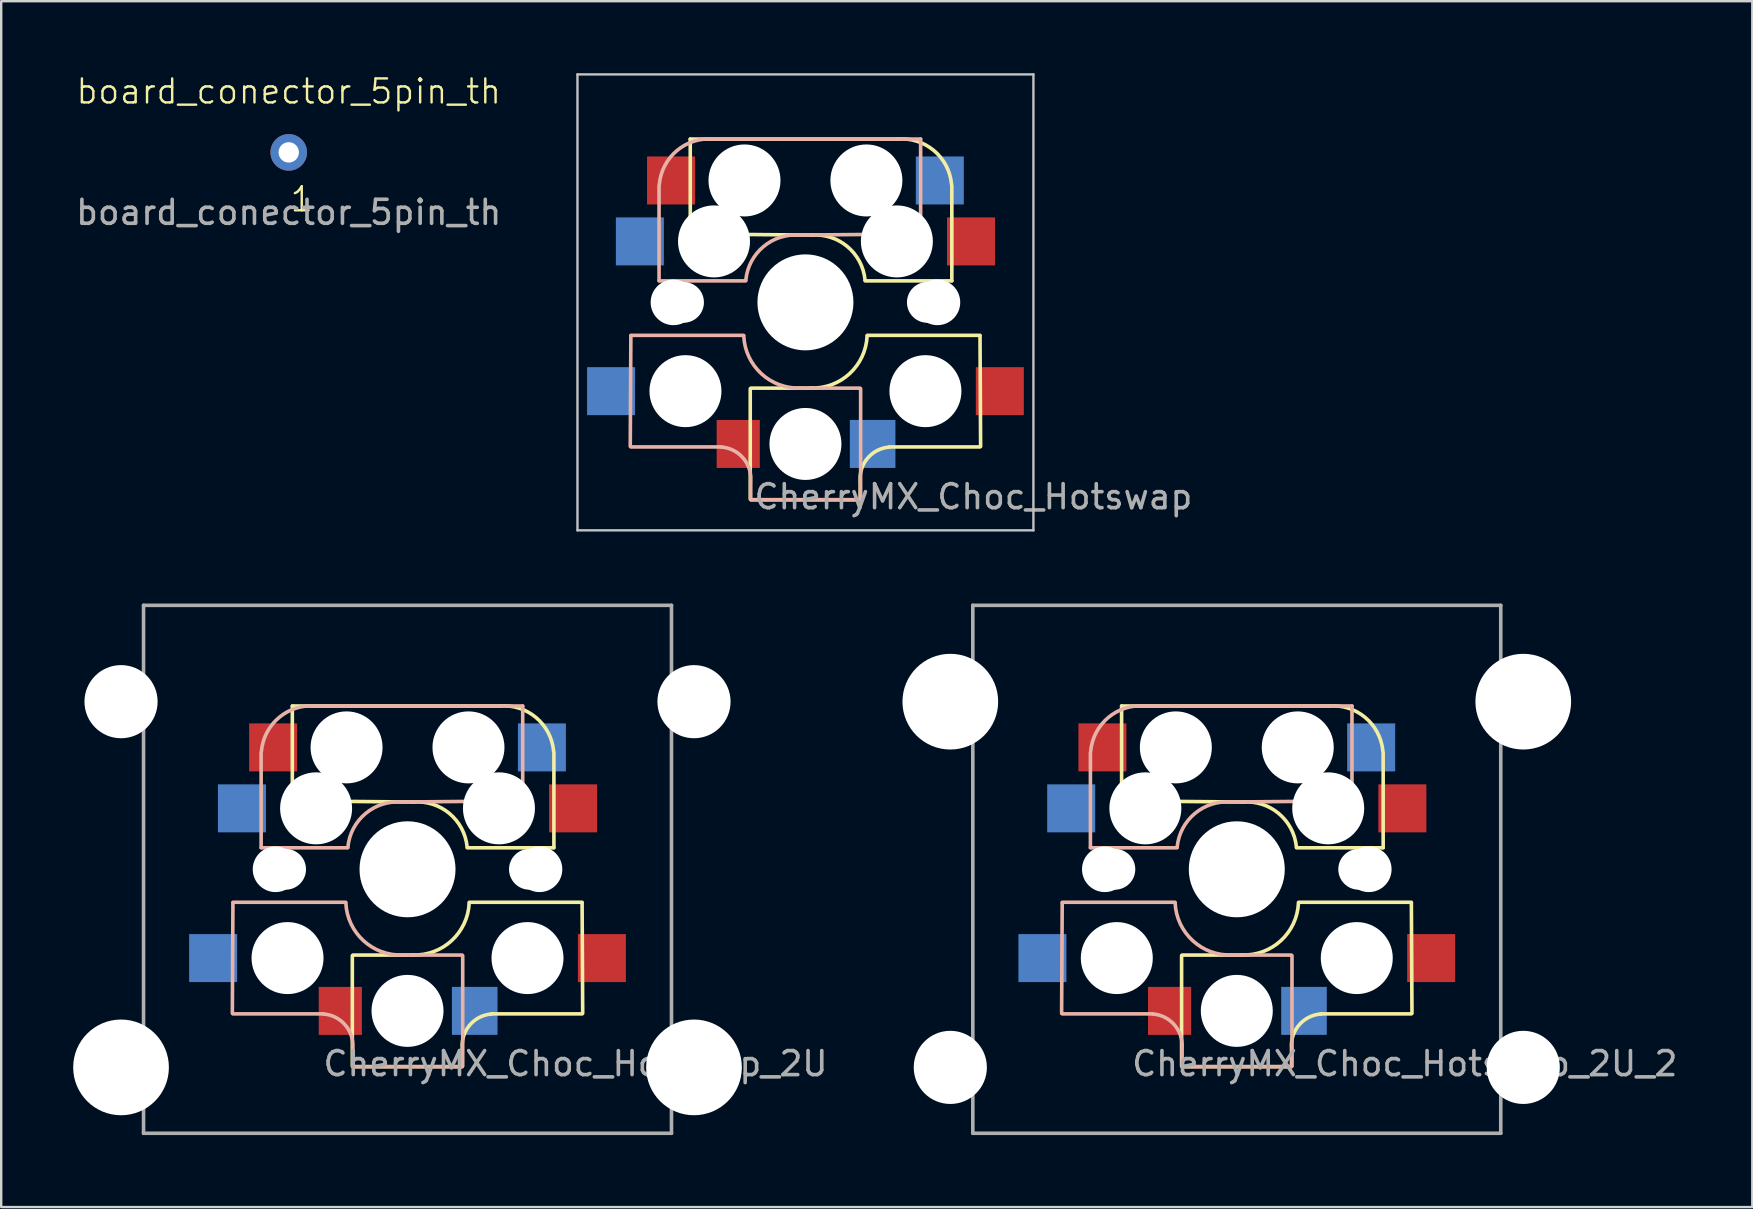
<source format=kicad_pcb>
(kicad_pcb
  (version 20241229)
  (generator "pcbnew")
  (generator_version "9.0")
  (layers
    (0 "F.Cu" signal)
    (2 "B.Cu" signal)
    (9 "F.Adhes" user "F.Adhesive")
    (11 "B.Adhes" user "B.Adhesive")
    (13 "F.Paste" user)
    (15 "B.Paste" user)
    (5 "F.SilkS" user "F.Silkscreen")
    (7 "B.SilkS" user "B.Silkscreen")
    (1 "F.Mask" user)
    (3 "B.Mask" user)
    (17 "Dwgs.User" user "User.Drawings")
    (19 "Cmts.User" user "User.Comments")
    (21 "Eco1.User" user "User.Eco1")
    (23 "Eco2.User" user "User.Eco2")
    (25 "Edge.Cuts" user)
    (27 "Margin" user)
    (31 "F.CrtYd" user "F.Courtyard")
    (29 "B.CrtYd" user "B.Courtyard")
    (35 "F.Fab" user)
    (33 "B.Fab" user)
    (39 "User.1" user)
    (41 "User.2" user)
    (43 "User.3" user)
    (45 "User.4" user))
  (footprint "CherryMX_Choc_Hotswap"
    (layer "F.Cu")
    (at 30.514 9.55)
    (property "Reference" "CherryMX_Choc_Hotswap" (at 7 8.1 0) (layer "F.Fab") (effects (font (size 1 1) (thickness 0.15))))
    (attr through_hole)
    (fp_line (start -4.8 -6.804) (end 3.825 -6.804) (stroke (width 0.15) (type solid)) (layer "F.SilkS"))
    (fp_line (start -4.8 -2.896) (end -4.8 -6.804) (stroke (width 0.15) (type solid)) (layer "F.SilkS"))
    (fp_line (start -4.8 -2.85) (end 0.25 -2.804) (stroke (width 0.15) (type solid)) (layer "F.SilkS"))
    (fp_line (start -2.3 3.6) (end -2.3 8.2) (stroke (width 0.15) (type solid)) (layer "F.SilkS"))
    (fp_line (start -2.275 3.575) (end 0.275 3.575) (stroke (width 0.15) (type solid)) (layer "F.SilkS"))
    (fp_line (start -2.275 8.225) (end 2.275 8.225) (stroke (width 0.15) (type solid)) (layer "F.SilkS"))
    (fp_line (start 2.28 7.5) (end 2.28 8.2) (stroke (width 0.15) (type solid)) (layer "F.SilkS"))
    (fp_line (start 2.575 1.375) (end 7.275 1.375) (stroke (width 0.15) (type solid)) (layer "F.SilkS"))
    (fp_line (start 3.5 6.025) (end 7.275 6.025) (stroke (width 0.15) (type solid)) (layer "F.SilkS"))
    (fp_line (start 6.1 -4.85) (end 6.1 -0.905) (stroke (width 0.15) (type solid)) (layer "F.SilkS"))
    (fp_line (start 6.1 -0.896) (end 2.49 -0.896) (stroke (width 0.15) (type solid)) (layer "F.SilkS"))
    (fp_line (start 7.275 1.4) (end 7.3 6) (stroke (width 0.15) (type solid)) (layer "F.SilkS"))
    (fp_arc (start 0.225 -2.8) (mid 1.744361 -2.328061) (end 2.485 -0.92) (stroke (width 0.15) (type solid)) (layer "F.SilkS"))
    (fp_arc (start 2.28 7.45) (mid 2.595908 6.48733) (end 3.5 6.03) (stroke (width 0.15) (type solid)) (layer "F.SilkS"))
    (fp_arc (start 2.57 1.4) (mid 1.834422 2.975843) (end 0.2 3.57) (stroke (width 0.15) (type solid)) (layer "F.SilkS"))
    (fp_arc (start 3.825 -6.804) (mid 5.347189 -6.33089) (end 6.089 -4.92) (stroke (width 0.15) (type solid)) (layer "F.SilkS"))
    (fp_line (start -7.275 1.4) (end -7.3 6) (stroke (width 0.15) (type solid)) (layer "B.SilkS"))
    (fp_line (start -6.1 -4.85) (end -6.1 -0.905) (stroke (width 0.15) (type solid)) (layer "B.SilkS"))
    (fp_line (start -6.1 -0.896) (end -2.49 -0.896) (stroke (width 0.15) (type solid)) (layer "B.SilkS"))
    (fp_line (start -3.5 6.025) (end -7.275 6.025) (stroke (width 0.15) (type solid)) (layer "B.SilkS"))
    (fp_line (start -2.575 1.375) (end -7.275 1.375) (stroke (width 0.15) (type solid)) (layer "B.SilkS"))
    (fp_line (start -2.28 7.5) (end -2.28 8.2) (stroke (width 0.15) (type solid)) (layer "B.SilkS"))
    (fp_line (start 2.275 3.575) (end -0.275 3.575) (stroke (width 0.15) (type solid)) (layer "B.SilkS"))
    (fp_line (start 2.275 8.225) (end -2.275 8.225) (stroke (width 0.15) (type solid)) (layer "B.SilkS"))
    (fp_line (start 2.3 3.6) (end 2.3 8.2) (stroke (width 0.15) (type solid)) (layer "B.SilkS"))
    (fp_line (start 4.8 -6.804) (end -3.825 -6.804) (stroke (width 0.15) (type solid)) (layer "B.SilkS"))
    (fp_line (start 4.8 -2.896) (end 4.8 -6.804) (stroke (width 0.15) (type solid)) (layer "B.SilkS"))
    (fp_line (start 4.8 -2.85) (end -0.25 -2.804) (stroke (width 0.15) (type solid)) (layer "B.SilkS"))
    (fp_arc (start -6.089 -4.92) (mid -5.347189 -6.33089) (end -3.825 -6.804) (stroke (width 0.15) (type solid)) (layer "B.SilkS"))
    (fp_arc (start -3.5 6.03) (mid -2.595908 6.48733) (end -2.28 7.45) (stroke (width 0.15) (type solid)) (layer "B.SilkS"))
    (fp_arc (start -2.485 -0.92) (mid -1.744361 -2.328061) (end -0.225 -2.8) (stroke (width 0.15) (type solid)) (layer "B.SilkS"))
    (fp_arc (start -0.2 3.57) (mid -1.834422 2.975843) (end -2.57 1.4) (stroke (width 0.15) (type solid)) (layer "B.SilkS"))
    (fp_line (start -9.5 -9.5) (end -9.5 9.5) (stroke (width 0.1) (type solid)) (layer "Dwgs.User"))
    (fp_line (start 9.5 -9.5) (end -9.5 -9.5) (stroke (width 0.1) (type solid)) (layer "Dwgs.User"))
    (fp_line (start 9.5 -9.5) (end 9.5 9.5) (stroke (width 0.1) (type solid)) (layer "Dwgs.User"))
    (fp_line (start 9.5 9.5) (end -9.5 9.5) (stroke (width 0.1) (type solid)) (layer "Dwgs.User"))
    (pad "" np_thru_hole circle (at -5.5 0 90) (size 1.9 1.9) (drill 1.9) (layers "*.Cu" "*.Mask"))
    (pad "" np_thru_hole circle (at -5.08 0) (size 1.7 1.7) (drill 1.7) (layers "*.Cu" "*.Mask"))
    (pad "" np_thru_hole circle (at -5 3.7 90) (size 3 3) (drill 3) (layers "*.Cu" "*.Mask"))
    (pad "" np_thru_hole circle (at -3.81 -2.54 180) (size 3 3) (drill 3) (layers "*.Cu" "*.Mask"))
    (pad "" np_thru_hole circle (at -2.54 -5.08 180) (size 3 3) (drill 3) (layers "*.Cu" "*.Mask"))
    (pad "" np_thru_hole circle (at 0 0 90) (size 4 4) (drill 4) (layers "*.Cu" "*.Mask"))
    (pad "" np_thru_hole circle (at 0 5.9 90) (size 3 3) (drill 3) (layers "*.Cu" "*.Mask"))
    (pad "" np_thru_hole circle (at 2.54 -5.08 180) (size 3 3) (drill 3) (layers "*.Cu" "*.Mask"))
    (pad "" np_thru_hole circle (at 3.81 -2.54 180) (size 3 3) (drill 3) (layers "*.Cu" "*.Mask"))
    (pad "" np_thru_hole circle (at 5 3.7 270) (size 3 3) (drill 3) (layers "*.Cu" "*.Mask"))
    (pad "" np_thru_hole circle (at 5.08 0) (size 1.7 1.7) (drill 1.7) (layers "*.Cu" "*.Mask"))
    (pad "" np_thru_hole circle (at 5.5 0 90) (size 1.9 1.9) (drill 1.9) (layers "*.Cu" "*.Mask"))
    (pad "1" smd rect (at -8.1 3.7 180) (size 2 2) (layers "B.Cu" "B.Mask" "B.Paste"))
    (pad "1" smd rect (at -6.9 -2.54 180) (size 2 2) (layers "B.Cu" "B.Mask" "B.Paste"))
    (pad "1" smd rect (at -5.6 -5.08 180) (size 2 2) (layers "F.Cu" "F.Mask" "F.Paste"))
    (pad "1" smd rect (at 8.1 3.7 180) (size 2 2) (layers "F.Cu" "F.Mask" "F.Paste"))
    (pad "2" smd rect (at -2.8 5.9 180) (size 1.8 2) (layers "F.Cu" "F.Mask" "F.Paste"))
    (pad "2" smd rect (at 2.8 5.9 180) (size 1.9 2) (layers "B.Cu" "B.Mask" "B.Paste"))
    (pad "2" smd rect (at 5.6 -5.08 180) (size 2 2) (layers "B.Cu" "B.Mask" "B.Paste"))
    (pad "2" smd rect (at 6.9 -2.54 180) (size 2 2) (layers "F.Cu" "F.Mask" "F.Paste")))
  (footprint "CherryMX_Choc_Hotswap_2U"
    (layer "F.Cu")
    (at 13.932 33.175)
    (property "Reference" "CherryMX_Choc_Hotswap_2U" (at 7 8.1 0) (layer "F.Fab") (effects (font (size 1 1) (thickness 0.15))))
    (attr through_hole)
    (fp_line (start -4.8 -6.804) (end 3.825 -6.804) (stroke (width 0.15) (type solid)) (layer "F.SilkS"))
    (fp_line (start -4.8 -2.896) (end -4.8 -6.804) (stroke (width 0.15) (type solid)) (layer "F.SilkS"))
    (fp_line (start -4.8 -2.85) (end 0.25 -2.804) (stroke (width 0.15) (type solid)) (layer "F.SilkS"))
    (fp_line (start -2.3 3.6) (end -2.3 8.2) (stroke (width 0.15) (type solid)) (layer "F.SilkS"))
    (fp_line (start -2.275 3.575) (end 0.275 3.575) (stroke (width 0.15) (type solid)) (layer "F.SilkS"))
    (fp_line (start -2.275 8.225) (end 2.275 8.225) (stroke (width 0.15) (type solid)) (layer "F.SilkS"))
    (fp_line (start 2.28 7.5) (end 2.28 8.2) (stroke (width 0.15) (type solid)) (layer "F.SilkS"))
    (fp_line (start 2.575 1.375) (end 7.275 1.375) (stroke (width 0.15) (type solid)) (layer "F.SilkS"))
    (fp_line (start 3.5 6.025) (end 7.275 6.025) (stroke (width 0.15) (type solid)) (layer "F.SilkS"))
    (fp_line (start 6.1 -4.85) (end 6.1 -0.905) (stroke (width 0.15) (type solid)) (layer "F.SilkS"))
    (fp_line (start 6.1 -0.896) (end 2.49 -0.896) (stroke (width 0.15) (type solid)) (layer "F.SilkS"))
    (fp_line (start 7.275 1.4) (end 7.3 6) (stroke (width 0.15) (type solid)) (layer "F.SilkS"))
    (fp_arc (start 0.225 -2.8) (mid 1.744361 -2.328061) (end 2.485 -0.92) (stroke (width 0.15) (type solid)) (layer "F.SilkS"))
    (fp_arc (start 2.28 7.45) (mid 2.595908 6.48733) (end 3.5 6.03) (stroke (width 0.15) (type solid)) (layer "F.SilkS"))
    (fp_arc (start 2.57 1.4) (mid 1.834422 2.975843) (end 0.2 3.57) (stroke (width 0.15) (type solid)) (layer "F.SilkS"))
    (fp_arc (start 3.825 -6.804) (mid 5.347189 -6.33089) (end 6.089 -4.92) (stroke (width 0.15) (type solid)) (layer "F.SilkS"))
    (fp_line (start -7.275 1.4) (end -7.3 6) (stroke (width 0.15) (type solid)) (layer "B.SilkS"))
    (fp_line (start -6.1 -4.85) (end -6.1 -0.905) (stroke (width 0.15) (type solid)) (layer "B.SilkS"))
    (fp_line (start -6.1 -0.896) (end -2.49 -0.896) (stroke (width 0.15) (type solid)) (layer "B.SilkS"))
    (fp_line (start -3.5 6.025) (end -7.275 6.025) (stroke (width 0.15) (type solid)) (layer "B.SilkS"))
    (fp_line (start -2.575 1.375) (end -7.275 1.375) (stroke (width 0.15) (type solid)) (layer "B.SilkS"))
    (fp_line (start -2.28 7.5) (end -2.28 8.2) (stroke (width 0.15) (type solid)) (layer "B.SilkS"))
    (fp_line (start 2.275 3.575) (end -0.275 3.575) (stroke (width 0.15) (type solid)) (layer "B.SilkS"))
    (fp_line (start 2.275 8.225) (end -2.275 8.225) (stroke (width 0.15) (type solid)) (layer "B.SilkS"))
    (fp_line (start 2.3 3.6) (end 2.3 8.2) (stroke (width 0.15) (type solid)) (layer "B.SilkS"))
    (fp_line (start 4.8 -6.804) (end -3.825 -6.804) (stroke (width 0.15) (type solid)) (layer "B.SilkS"))
    (fp_line (start 4.8 -2.896) (end 4.8 -6.804) (stroke (width 0.15) (type solid)) (layer "B.SilkS"))
    (fp_line (start 4.8 -2.85) (end -0.25 -2.804) (stroke (width 0.15) (type solid)) (layer "B.SilkS"))
    (fp_arc (start -6.089 -4.92) (mid -5.347189 -6.33089) (end -3.825 -6.804) (stroke (width 0.15) (type solid)) (layer "B.SilkS"))
    (fp_arc (start -3.5 6.03) (mid -2.595908 6.48733) (end -2.28 7.45) (stroke (width 0.15) (type solid)) (layer "B.SilkS"))
    (fp_arc (start -2.485 -0.92) (mid -1.744361 -2.328061) (end -0.225 -2.8) (stroke (width 0.15) (type solid)) (layer "B.SilkS"))
    (fp_arc (start -0.2 3.57) (mid -1.834422 2.975843) (end -2.57 1.4) (stroke (width 0.15) (type solid)) (layer "B.SilkS"))
    (fp_line (start -9 -9) (end 9 -9) (stroke (width 0.15) (type solid)) (layer "Eco2.User"))
    (fp_line (start -9 9) (end -9 -9) (stroke (width 0.15) (type solid)) (layer "Eco2.User"))
    (fp_line (start -7 -7) (end 7 -7) (stroke (width 0.15) (type solid)) (layer "Eco2.User"))
    (fp_line (start -7 7) (end -7 -7) (stroke (width 0.15) (type solid)) (layer "Eco2.User"))
    (fp_line (start 7 -7) (end 7 7) (stroke (width 0.15) (type solid)) (layer "Eco2.User"))
    (fp_line (start 7 7) (end -7 7) (stroke (width 0.15) (type solid)) (layer "Eco2.User"))
    (fp_line (start 9 -9) (end 9 9) (stroke (width 0.15) (type solid)) (layer "Eco2.User"))
    (fp_line (start 9 9) (end -9 9) (stroke (width 0.15) (type solid)) (layer "Eco2.User"))
    (fp_line (start -11 -11) (end -11 11) (stroke (width 0.15) (type solid)) (layer "F.Fab"))
    (fp_line (start -11 11) (end 11 11) (stroke (width 0.15) (type solid)) (layer "F.Fab"))
    (fp_line (start 11 -11) (end -11 -11) (stroke (width 0.15) (type solid)) (layer "F.Fab"))
    (fp_line (start 11 11) (end 11 -11) (stroke (width 0.15) (type solid)) (layer "F.Fab"))
    (pad "" np_thru_hole circle (at -11.938 -6.985) (size 3.048 3.048) (drill 3.048) (layers "*.Cu"))
    (pad "" np_thru_hole circle (at -11.938 8.255) (size 3.988 3.988) (drill 3.988) (layers "*.Cu"))
    (pad "" np_thru_hole circle (at -5.5 0 90) (size 1.9 1.9) (drill 1.9) (layers "*.Cu" "*.Mask"))
    (pad "" np_thru_hole circle (at -5.08 0) (size 1.7 1.7) (drill 1.7) (layers "*.Cu" "*.Mask"))
    (pad "" np_thru_hole circle (at -5 3.7 90) (size 3 3) (drill 3) (layers "*.Cu" "*.Mask"))
    (pad "" np_thru_hole circle (at -3.81 -2.54 180) (size 3 3) (drill 3) (layers "*.Cu" "*.Mask"))
    (pad "" np_thru_hole circle (at -2.54 -5.08 180) (size 3 3) (drill 3) (layers "*.Cu" "*.Mask"))
    (pad "" np_thru_hole circle (at 0 0 90) (size 4 4) (drill 4) (layers "*.Cu" "*.Mask"))
    (pad "" np_thru_hole circle (at 0 5.9 90) (size 3 3) (drill 3) (layers "*.Cu" "*.Mask"))
    (pad "" np_thru_hole circle (at 2.54 -5.08 180) (size 3 3) (drill 3) (layers "*.Cu" "*.Mask"))
    (pad "" np_thru_hole circle (at 3.81 -2.54 180) (size 3 3) (drill 3) (layers "*.Cu" "*.Mask"))
    (pad "" np_thru_hole circle (at 5 3.7 270) (size 3 3) (drill 3) (layers "*.Cu" "*.Mask"))
    (pad "" np_thru_hole circle (at 5.08 0) (size 1.7 1.7) (drill 1.7) (layers "*.Cu" "*.Mask"))
    (pad "" np_thru_hole circle (at 5.5 0 90) (size 1.9 1.9) (drill 1.9) (layers "*.Cu" "*.Mask"))
    (pad "" np_thru_hole circle (at 11.938 -6.985) (size 3.048 3.048) (drill 3.048) (layers "*.Cu"))
    (pad "" np_thru_hole circle (at 11.938 8.255) (size 3.988 3.988) (drill 3.988) (layers "*.Cu"))
    (pad "1" smd rect (at -8.1 3.7 180) (size 2 2) (layers "B.Cu" "B.Mask" "B.Paste"))
    (pad "1" smd rect (at -6.9 -2.54 180) (size 2 2) (layers "B.Cu" "B.Mask" "B.Paste"))
    (pad "1" smd rect (at -5.6 -5.08 180) (size 2 2) (layers "F.Cu" "F.Mask" "F.Paste"))
    (pad "1" smd rect (at 8.1 3.7 180) (size 2 2) (layers "F.Cu" "F.Mask" "F.Paste"))
    (pad "2" smd rect (at -2.8 5.9 180) (size 1.8 2) (layers "F.Cu" "F.Mask" "F.Paste"))
    (pad "2" smd rect (at 2.8 5.9 180) (size 1.9 2) (layers "B.Cu" "B.Mask" "B.Paste"))
    (pad "2" smd rect (at 5.6 -5.08 180) (size 2 2) (layers "B.Cu" "B.Mask" "B.Paste"))
    (pad "2" smd rect (at 6.9 -2.54 180) (size 2 2) (layers "F.Cu" "F.Mask" "F.Paste")))
  (footprint "board_conector_5pin_th"
    (layer "F.Cu")
    (at 8.982 3.3)
    (property "Reference" "board_conector_5pin_th" (at 0 -2.54 0) (unlocked yes) (layer "F.SilkS") (effects (font (size 1 1) (thickness 0.1))))
    (attr smd)
    (fp_text user "1" (at 0 2.54 0) (unlocked yes) (layer "F.SilkS") (effects (font (size 1 1) (thickness 0.1)) (justify left bottom)))
    (fp_text user "${REFERENCE}" (at 0 2.5 0) (unlocked yes) (layer "F.Fab") (effects (font (size 1 1) (thickness 0.15))))
    (pad "1" thru_hole circle (at 0 0) (size 1.524 1.524) (drill 0.85) (layers "*.Cu" "*.Mask")))
  (footprint "CherryMX_Choc_Hotswap_2U_2"
    (layer "F.Cu")
    (at 48.489 33.175)
    (property "Reference" "CherryMX_Choc_Hotswap_2U_2" (at 7 8.1 0) (layer "F.Fab") (effects (font (size 1 1) (thickness 0.15))))
    (attr through_hole)
    (fp_line (start -4.8 -6.804) (end 3.825 -6.804) (stroke (width 0.15) (type solid)) (layer "F.SilkS"))
    (fp_line (start -4.8 -2.896) (end -4.8 -6.804) (stroke (width 0.15) (type solid)) (layer "F.SilkS"))
    (fp_line (start -4.8 -2.85) (end 0.25 -2.804) (stroke (width 0.15) (type solid)) (layer "F.SilkS"))
    (fp_line (start -2.3 3.6) (end -2.3 8.2) (stroke (width 0.15) (type solid)) (layer "F.SilkS"))
    (fp_line (start -2.275 3.575) (end 0.275 3.575) (stroke (width 0.15) (type solid)) (layer "F.SilkS"))
    (fp_line (start -2.275 8.225) (end 2.275 8.225) (stroke (width 0.15) (type solid)) (layer "F.SilkS"))
    (fp_line (start 2.28 7.5) (end 2.28 8.2) (stroke (width 0.15) (type solid)) (layer "F.SilkS"))
    (fp_line (start 2.575 1.375) (end 7.275 1.375) (stroke (width 0.15) (type solid)) (layer "F.SilkS"))
    (fp_line (start 3.5 6.025) (end 7.275 6.025) (stroke (width 0.15) (type solid)) (layer "F.SilkS"))
    (fp_line (start 6.1 -4.85) (end 6.1 -0.905) (stroke (width 0.15) (type solid)) (layer "F.SilkS"))
    (fp_line (start 6.1 -0.896) (end 2.49 -0.896) (stroke (width 0.15) (type solid)) (layer "F.SilkS"))
    (fp_line (start 7.275 1.4) (end 7.3 6) (stroke (width 0.15) (type solid)) (layer "F.SilkS"))
    (fp_arc (start 0.225 -2.8) (mid 1.744361 -2.328061) (end 2.485 -0.92) (stroke (width 0.15) (type solid)) (layer "F.SilkS"))
    (fp_arc (start 2.28 7.45) (mid 2.595908 6.48733) (end 3.5 6.03) (stroke (width 0.15) (type solid)) (layer "F.SilkS"))
    (fp_arc (start 2.57 1.4) (mid 1.834422 2.975843) (end 0.2 3.57) (stroke (width 0.15) (type solid)) (layer "F.SilkS"))
    (fp_arc (start 3.825 -6.804) (mid 5.347189 -6.33089) (end 6.089 -4.92) (stroke (width 0.15) (type solid)) (layer "F.SilkS"))
    (fp_line (start -7.275 1.4) (end -7.3 6) (stroke (width 0.15) (type solid)) (layer "B.SilkS"))
    (fp_line (start -6.1 -4.85) (end -6.1 -0.905) (stroke (width 0.15) (type solid)) (layer "B.SilkS"))
    (fp_line (start -6.1 -0.896) (end -2.49 -0.896) (stroke (width 0.15) (type solid)) (layer "B.SilkS"))
    (fp_line (start -3.5 6.025) (end -7.275 6.025) (stroke (width 0.15) (type solid)) (layer "B.SilkS"))
    (fp_line (start -2.575 1.375) (end -7.275 1.375) (stroke (width 0.15) (type solid)) (layer "B.SilkS"))
    (fp_line (start -2.28 7.5) (end -2.28 8.2) (stroke (width 0.15) (type solid)) (layer "B.SilkS"))
    (fp_line (start 2.275 3.575) (end -0.275 3.575) (stroke (width 0.15) (type solid)) (layer "B.SilkS"))
    (fp_line (start 2.275 8.225) (end -2.275 8.225) (stroke (width 0.15) (type solid)) (layer "B.SilkS"))
    (fp_line (start 2.3 3.6) (end 2.3 8.2) (stroke (width 0.15) (type solid)) (layer "B.SilkS"))
    (fp_line (start 4.8 -6.804) (end -3.825 -6.804) (stroke (width 0.15) (type solid)) (layer "B.SilkS"))
    (fp_line (start 4.8 -2.896) (end 4.8 -6.804) (stroke (width 0.15) (type solid)) (layer "B.SilkS"))
    (fp_line (start 4.8 -2.85) (end -0.25 -2.804) (stroke (width 0.15) (type solid)) (layer "B.SilkS"))
    (fp_arc (start -6.089 -4.92) (mid -5.347189 -6.33089) (end -3.825 -6.804) (stroke (width 0.15) (type solid)) (layer "B.SilkS"))
    (fp_arc (start -3.5 6.03) (mid -2.595908 6.48733) (end -2.28 7.45) (stroke (width 0.15) (type solid)) (layer "B.SilkS"))
    (fp_arc (start -2.485 -0.92) (mid -1.744361 -2.328061) (end -0.225 -2.8) (stroke (width 0.15) (type solid)) (layer "B.SilkS"))
    (fp_arc (start -0.2 3.57) (mid -1.834422 2.975843) (end -2.57 1.4) (stroke (width 0.15) (type solid)) (layer "B.SilkS"))
    (fp_line (start -11 -11) (end -11 11) (stroke (width 0.15) (type solid)) (layer "F.Fab"))
    (fp_line (start -11 11) (end 11 11) (stroke (width 0.15) (type solid)) (layer "F.Fab"))
    (fp_line (start 11 -11) (end -11 -11) (stroke (width 0.15) (type solid)) (layer "F.Fab"))
    (fp_line (start 11 11) (end 11 -11) (stroke (width 0.15) (type solid)) (layer "F.Fab"))
    (pad "" np_thru_hole circle (at -11.938 -6.985) (size 3.988 3.988) (drill 3.988) (layers "*.Cu"))
    (pad "" np_thru_hole circle (at -11.938 8.255) (size 3.048 3.048) (drill 3.048) (layers "*.Cu"))
    (pad "" np_thru_hole circle (at -5.5 0 90) (size 1.9 1.9) (drill 1.9) (layers "*.Cu" "*.Mask"))
    (pad "" np_thru_hole circle (at -5.08 0) (size 1.7 1.7) (drill 1.7) (layers "*.Cu" "*.Mask"))
    (pad "" np_thru_hole circle (at -5 3.7 90) (size 3 3) (drill 3) (layers "*.Cu" "*.Mask"))
    (pad "" np_thru_hole circle (at -3.81 -2.54 180) (size 3 3) (drill 3) (layers "*.Cu" "*.Mask"))
    (pad "" np_thru_hole circle (at -2.54 -5.08 180) (size 3 3) (drill 3) (layers "*.Cu" "*.Mask"))
    (pad "" np_thru_hole circle (at 0 0 90) (size 4 4) (drill 4) (layers "*.Cu" "*.Mask"))
    (pad "" np_thru_hole circle (at 0 5.9 90) (size 3 3) (drill 3) (layers "*.Cu" "*.Mask"))
    (pad "" np_thru_hole circle (at 2.54 -5.08 180) (size 3 3) (drill 3) (layers "*.Cu" "*.Mask"))
    (pad "" np_thru_hole circle (at 3.81 -2.54 180) (size 3 3) (drill 3) (layers "*.Cu" "*.Mask"))
    (pad "" np_thru_hole circle (at 5 3.7 270) (size 3 3) (drill 3) (layers "*.Cu" "*.Mask"))
    (pad "" np_thru_hole circle (at 5.08 0) (size 1.7 1.7) (drill 1.7) (layers "*.Cu" "*.Mask"))
    (pad "" np_thru_hole circle (at 5.5 0 90) (size 1.9 1.9) (drill 1.9) (layers "*.Cu" "*.Mask"))
    (pad "" np_thru_hole circle (at 11.938 -6.985) (size 3.988 3.988) (drill 3.988) (layers "*.Cu"))
    (pad "" np_thru_hole circle (at 11.938 8.255) (size 3.048 3.048) (drill 3.048) (layers "*.Cu"))
    (pad "1" smd rect (at -8.1 3.7 180) (size 2 2) (layers "B.Cu" "B.Mask" "B.Paste"))
    (pad "1" smd rect (at -6.9 -2.54 180) (size 2 2) (layers "B.Cu" "B.Mask" "B.Paste"))
    (pad "1" smd rect (at -5.6 -5.08 180) (size 2 2) (layers "F.Cu" "F.Mask" "F.Paste"))
    (pad "1" smd rect (at 8.1 3.7 180) (size 2 2) (layers "F.Cu" "F.Mask" "F.Paste"))
    (pad "2" smd rect (at -2.8 5.9 180) (size 1.8 2) (layers "F.Cu" "F.Mask" "F.Paste"))
    (pad "2" smd rect (at 2.8 5.9 180) (size 1.9 2) (layers "B.Cu" "B.Mask" "B.Paste"))
    (pad "2" smd rect (at 5.6 -5.08 180) (size 2 2) (layers "B.Cu" "B.Mask" "B.Paste"))
    (pad "2" smd rect (at 6.9 -2.54 180) (size 2 2) (layers "F.Cu" "F.Mask" "F.Paste")))
  (gr_rect
    (start -3 -3)
    (end 69.971 47.25)
    (stroke (width 0.1) (type default))
    (fill no)
    (layer "Edge.Cuts")))
</source>
